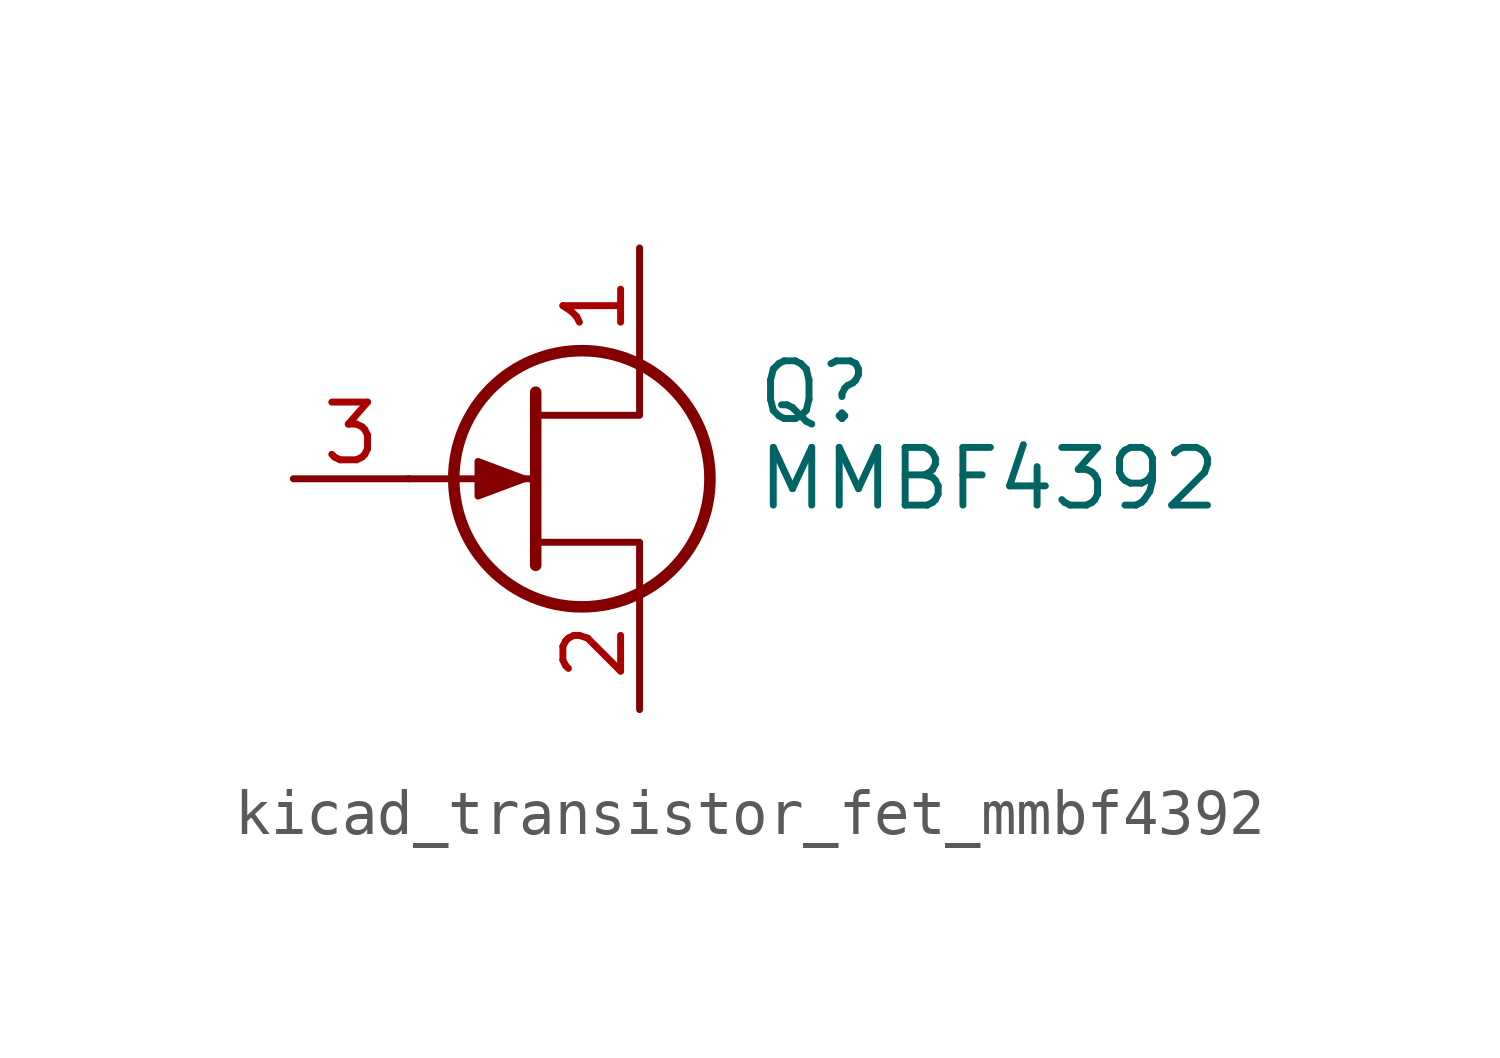
<source format=kicad_sym>
(kicad_symbol_lib
  (version 20220914)
  (generator kicad_symbol_editor)
  (symbol "kicad_transistor_fet_mmbf4392"
    (pin_names hide)
    (property "Reference" "Q"
      (at 5.08 1.905 0)
      (effects (font (size 1.27 1.27)) (justify left)))
    (property "Value" "MMBF4392"
      (at 5.08 0 0)
      (effects (font (size 1.27 1.27)) (justify left)))
    (symbol "kicad_transistor_fet_mmbf4392_0_1"
      (polyline (pts (xy 0.254 0) (xy -2.54 0)) (stroke (width 0) (type default)) (fill (type none)))
      (polyline (pts (xy 0.254 1.905) (xy 0.254 -1.905)) (stroke (width 0.254) (type default)) (fill (type none)))
      (polyline (pts (xy 2.54 -2.54) (xy 2.54 -1.397) (xy 0.254 -1.397)) (stroke (width 0) (type default)) (fill (type none)))
      (polyline (pts (xy 2.54 2.54) (xy 2.54 1.397) (xy 0.254 1.397)) (stroke (width 0) (type default)) (fill (type none)))
      (polyline (pts (xy 0 0) (xy -1.016 0.381) (xy -1.016 -0.381) (xy 0 0)) (stroke (width 0) (type default)) (fill (type outline)))
      (circle (center 1.27 0) (radius 2.819) (stroke (width 0.254) (type default)) (fill (type none))))
    (symbol "kicad_transistor_fet_mmbf4392_1_1"
      (pin passive line (at 2.54 5.08 270) (length 2.54) (name "D" (effects (font (size 1.27 1.27)))) (number "1" (effects (font (size 1.27 1.27)))))
      (pin passive line (at 2.54 -5.08 90) (length 2.54) (name "S" (effects (font (size 1.27 1.27)))) (number "2" (effects (font (size 1.27 1.27)))))
      (pin input line (at -5.08 0 0) (length 2.54) (name "G" (effects (font (size 1.27 1.27)))) (number "3" (effects (font (size 1.27 1.27))))))))
</source>
